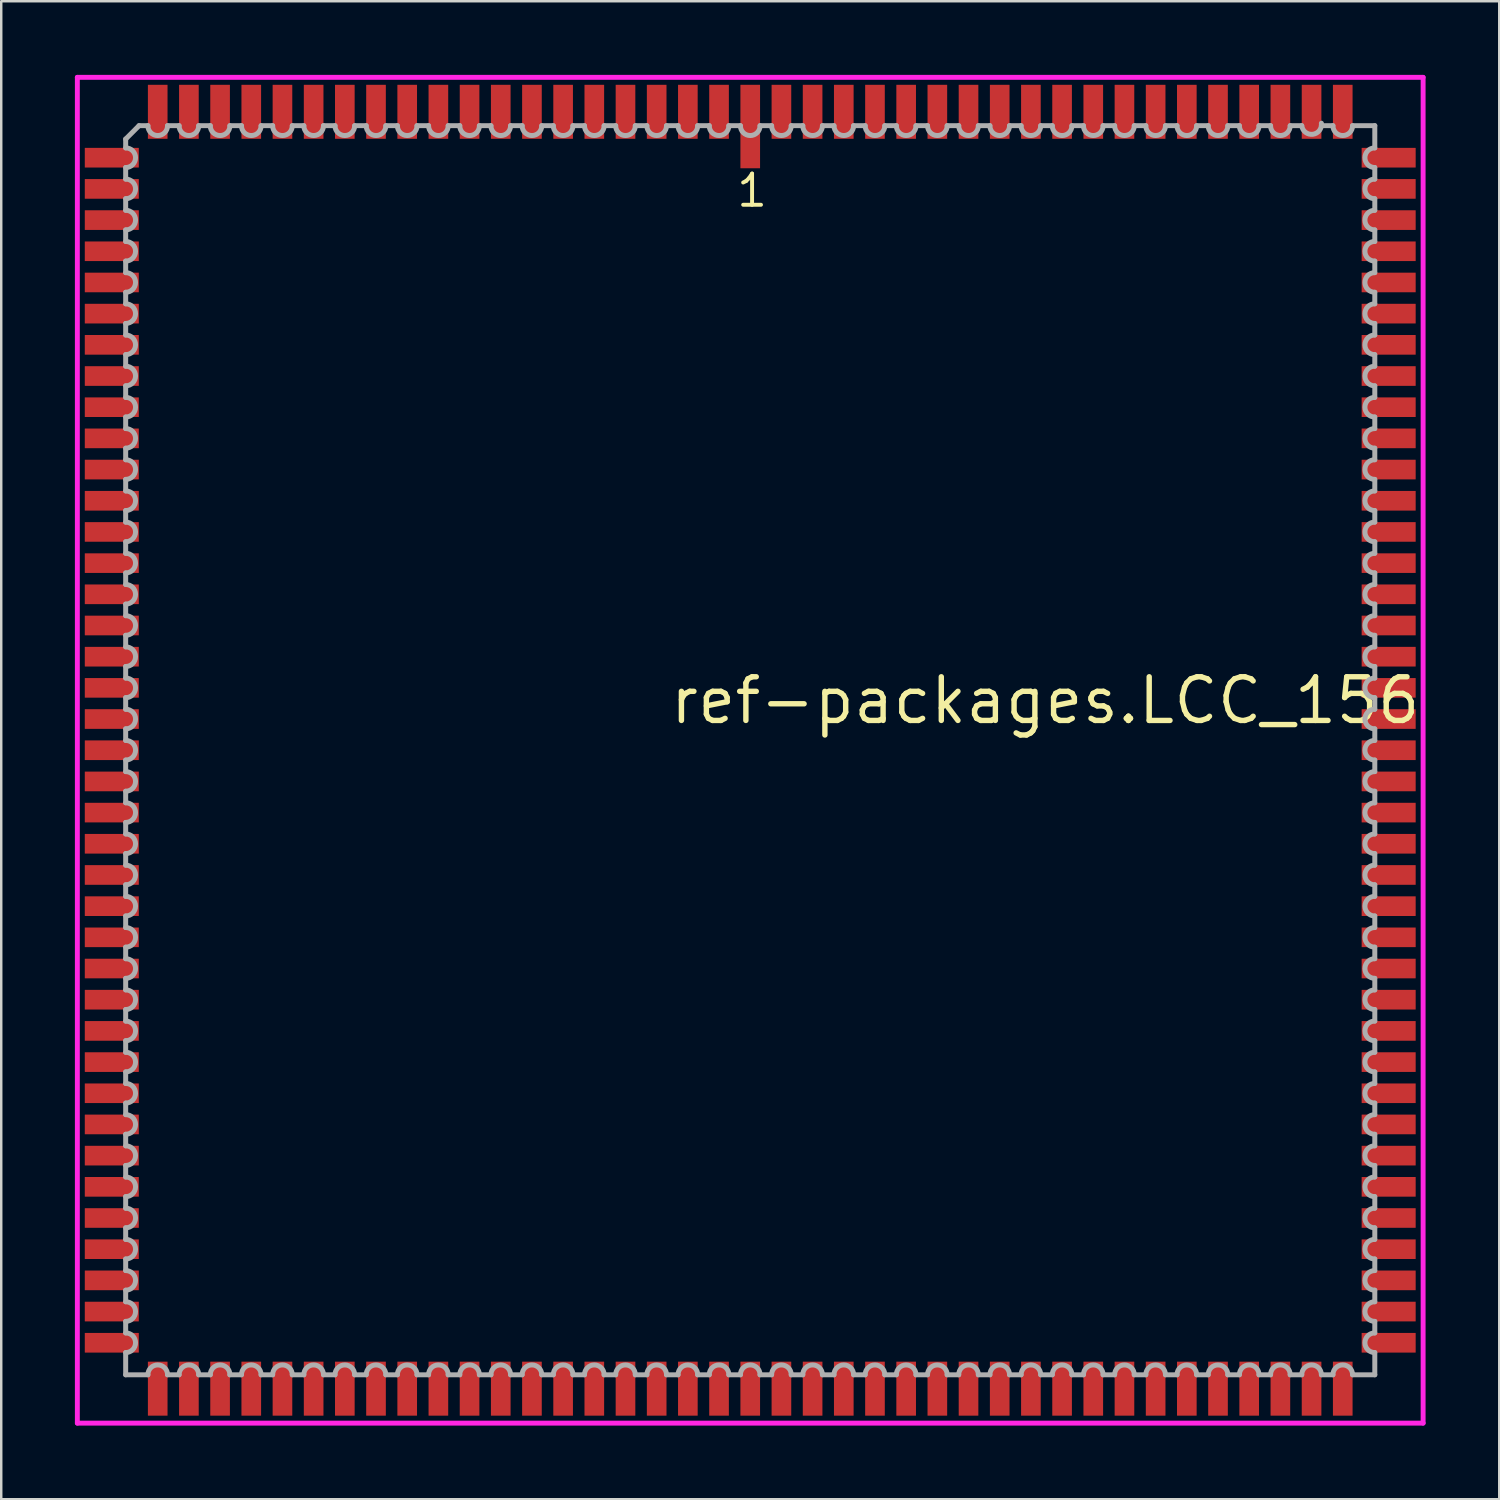
<source format=kicad_pcb>
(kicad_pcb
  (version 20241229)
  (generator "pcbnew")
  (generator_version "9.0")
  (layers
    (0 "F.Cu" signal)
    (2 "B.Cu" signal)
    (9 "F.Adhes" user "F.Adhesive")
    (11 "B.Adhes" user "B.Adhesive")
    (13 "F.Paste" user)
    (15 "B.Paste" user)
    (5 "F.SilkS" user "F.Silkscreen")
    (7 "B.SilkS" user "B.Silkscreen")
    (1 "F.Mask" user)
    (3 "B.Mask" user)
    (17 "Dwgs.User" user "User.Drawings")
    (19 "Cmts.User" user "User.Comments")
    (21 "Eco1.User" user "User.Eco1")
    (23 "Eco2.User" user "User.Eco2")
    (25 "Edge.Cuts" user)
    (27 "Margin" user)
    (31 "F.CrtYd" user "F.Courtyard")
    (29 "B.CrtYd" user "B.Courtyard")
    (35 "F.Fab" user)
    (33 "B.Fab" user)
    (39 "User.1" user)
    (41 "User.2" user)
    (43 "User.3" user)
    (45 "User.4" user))
  (footprint "ref-packages.LCC_156"
    (layer "F.Cu")
    (at 27.503 27.503)
    (property "Reference" "ref-packages.LCC_156" (at -3.37 -0.985 0) (layer "F.SilkS") (effects (font (size 1.778 1.778) (thickness 0.22)) (justify left bottom)))
    (attr smd)
    (fp_line (start -27.403 -27.403) (end 27.403 -27.403) (stroke (width 0.2) (type default)) (layer "F.CrtYd"))
    (fp_line (start -27.403 27.403) (end -27.403 -27.403) (stroke (width 0.2) (type default)) (layer "F.CrtYd"))
    (fp_line (start 27.403 -27.403) (end 27.403 27.403) (stroke (width 0.2) (type default)) (layer "F.CrtYd"))
    (fp_line (start 27.403 27.403) (end -27.403 27.403) (stroke (width 0.2) (type default)) (layer "F.CrtYd"))
    (fp_line (start -25.435 -24.89) (end -25.435 -24.53) (stroke (width 0.203) (type default)) (layer "F.Fab"))
    (fp_line (start -25.435 -23.73) (end -25.435 -23.26) (stroke (width 0.203) (type default)) (layer "F.Fab"))
    (fp_line (start -25.435 -22.46) (end -25.435 -21.99) (stroke (width 0.203) (type default)) (layer "F.Fab"))
    (fp_line (start -25.435 -21.19) (end -25.435 -20.72) (stroke (width 0.203) (type default)) (layer "F.Fab"))
    (fp_line (start -25.435 -19.92) (end -25.435 -19.45) (stroke (width 0.203) (type default)) (layer "F.Fab"))
    (fp_line (start -25.435 -18.65) (end -25.435 -18.18) (stroke (width 0.203) (type default)) (layer "F.Fab"))
    (fp_line (start -25.435 -17.38) (end -25.435 -16.91) (stroke (width 0.203) (type default)) (layer "F.Fab"))
    (fp_line (start -25.435 -16.11) (end -25.435 -15.64) (stroke (width 0.203) (type default)) (layer "F.Fab"))
    (fp_line (start -25.435 -14.84) (end -25.435 -14.37) (stroke (width 0.203) (type default)) (layer "F.Fab"))
    (fp_line (start -25.435 -13.57) (end -25.435 -13.1) (stroke (width 0.203) (type default)) (layer "F.Fab"))
    (fp_line (start -25.435 -12.3) (end -25.435 -11.83) (stroke (width 0.203) (type default)) (layer "F.Fab"))
    (fp_line (start -25.435 -11.03) (end -25.435 -10.56) (stroke (width 0.203) (type default)) (layer "F.Fab"))
    (fp_line (start -25.435 -9.76) (end -25.435 -9.29) (stroke (width 0.203) (type default)) (layer "F.Fab"))
    (fp_line (start -25.435 -8.49) (end -25.435 -8.02) (stroke (width 0.203) (type default)) (layer "F.Fab"))
    (fp_line (start -25.435 -7.22) (end -25.435 -6.75) (stroke (width 0.203) (type default)) (layer "F.Fab"))
    (fp_line (start -25.435 -5.95) (end -25.435 -5.48) (stroke (width 0.203) (type default)) (layer "F.Fab"))
    (fp_line (start -25.435 -4.68) (end -25.435 -4.21) (stroke (width 0.203) (type default)) (layer "F.Fab"))
    (fp_line (start -25.435 -3.41) (end -25.435 -2.94) (stroke (width 0.203) (type default)) (layer "F.Fab"))
    (fp_line (start -25.435 -2.14) (end -25.435 -1.67) (stroke (width 0.203) (type default)) (layer "F.Fab"))
    (fp_line (start -25.435 -0.87) (end -25.435 -0.4) (stroke (width 0.203) (type default)) (layer "F.Fab"))
    (fp_line (start -25.435 0.4) (end -25.435 0.87) (stroke (width 0.203) (type default)) (layer "F.Fab"))
    (fp_line (start -25.435 1.67) (end -25.435 2.14) (stroke (width 0.203) (type default)) (layer "F.Fab"))
    (fp_line (start -25.435 2.94) (end -25.435 3.41) (stroke (width 0.203) (type default)) (layer "F.Fab"))
    (fp_line (start -25.435 4.21) (end -25.435 4.68) (stroke (width 0.203) (type default)) (layer "F.Fab"))
    (fp_line (start -25.435 5.48) (end -25.435 5.95) (stroke (width 0.203) (type default)) (layer "F.Fab"))
    (fp_line (start -25.435 6.75) (end -25.435 7.22) (stroke (width 0.203) (type default)) (layer "F.Fab"))
    (fp_line (start -25.435 8.02) (end -25.435 8.49) (stroke (width 0.203) (type default)) (layer "F.Fab"))
    (fp_line (start -25.435 9.29) (end -25.435 9.76) (stroke (width 0.203) (type default)) (layer "F.Fab"))
    (fp_line (start -25.435 10.56) (end -25.435 11.03) (stroke (width 0.203) (type default)) (layer "F.Fab"))
    (fp_line (start -25.435 11.83) (end -25.435 12.3) (stroke (width 0.203) (type default)) (layer "F.Fab"))
    (fp_line (start -25.435 13.1) (end -25.435 13.57) (stroke (width 0.203) (type default)) (layer "F.Fab"))
    (fp_line (start -25.435 14.37) (end -25.435 14.84) (stroke (width 0.203) (type default)) (layer "F.Fab"))
    (fp_line (start -25.435 15.64) (end -25.435 16.11) (stroke (width 0.203) (type default)) (layer "F.Fab"))
    (fp_line (start -25.435 16.91) (end -25.435 17.38) (stroke (width 0.203) (type default)) (layer "F.Fab"))
    (fp_line (start -25.435 18.18) (end -25.435 18.65) (stroke (width 0.203) (type default)) (layer "F.Fab"))
    (fp_line (start -25.435 19.45) (end -25.435 19.92) (stroke (width 0.203) (type default)) (layer "F.Fab"))
    (fp_line (start -25.435 20.72) (end -25.435 21.19) (stroke (width 0.203) (type default)) (layer "F.Fab"))
    (fp_line (start -25.435 21.99) (end -25.435 22.46) (stroke (width 0.203) (type default)) (layer "F.Fab"))
    (fp_line (start -25.435 23.26) (end -25.435 23.73) (stroke (width 0.203) (type default)) (layer "F.Fab"))
    (fp_line (start -25.435 24.53) (end -25.435 25.435) (stroke (width 0.203) (type default)) (layer "F.Fab"))
    (fp_line (start -25.435 25.435) (end -24.53 25.435) (stroke (width 0.203) (type default)) (layer "F.Fab"))
    (fp_line (start -24.89 -25.435) (end -25.435 -24.89) (stroke (width 0.203) (type default)) (layer "F.Fab"))
    (fp_line (start -24.53 -25.435) (end -24.89 -25.435) (stroke (width 0.203) (type default)) (layer "F.Fab"))
    (fp_line (start -23.73 25.435) (end -23.26 25.435) (stroke (width 0.203) (type default)) (layer "F.Fab"))
    (fp_line (start -23.26 -25.435) (end -23.73 -25.435) (stroke (width 0.203) (type default)) (layer "F.Fab"))
    (fp_line (start -22.46 25.435) (end -21.99 25.435) (stroke (width 0.203) (type default)) (layer "F.Fab"))
    (fp_line (start -21.99 -25.435) (end -22.46 -25.435) (stroke (width 0.203) (type default)) (layer "F.Fab"))
    (fp_line (start -21.19 25.435) (end -20.72 25.435) (stroke (width 0.203) (type default)) (layer "F.Fab"))
    (fp_line (start -20.72 -25.435) (end -21.19 -25.435) (stroke (width 0.203) (type default)) (layer "F.Fab"))
    (fp_line (start -19.92 25.435) (end -19.45 25.435) (stroke (width 0.203) (type default)) (layer "F.Fab"))
    (fp_line (start -19.45 -25.435) (end -19.92 -25.435) (stroke (width 0.203) (type default)) (layer "F.Fab"))
    (fp_line (start -18.65 25.435) (end -18.18 25.435) (stroke (width 0.203) (type default)) (layer "F.Fab"))
    (fp_line (start -18.18 -25.435) (end -18.65 -25.435) (stroke (width 0.203) (type default)) (layer "F.Fab"))
    (fp_line (start -17.38 25.435) (end -16.91 25.435) (stroke (width 0.203) (type default)) (layer "F.Fab"))
    (fp_line (start -16.91 -25.435) (end -17.38 -25.435) (stroke (width 0.203) (type default)) (layer "F.Fab"))
    (fp_line (start -16.11 25.435) (end -15.64 25.435) (stroke (width 0.203) (type default)) (layer "F.Fab"))
    (fp_line (start -15.64 -25.435) (end -16.11 -25.435) (stroke (width 0.203) (type default)) (layer "F.Fab"))
    (fp_line (start -14.84 25.435) (end -14.37 25.435) (stroke (width 0.203) (type default)) (layer "F.Fab"))
    (fp_line (start -14.37 -25.435) (end -14.84 -25.435) (stroke (width 0.203) (type default)) (layer "F.Fab"))
    (fp_line (start -13.57 25.435) (end -13.1 25.435) (stroke (width 0.203) (type default)) (layer "F.Fab"))
    (fp_line (start -13.1 -25.435) (end -13.57 -25.435) (stroke (width 0.203) (type default)) (layer "F.Fab"))
    (fp_line (start -12.3 25.435) (end -11.83 25.435) (stroke (width 0.203) (type default)) (layer "F.Fab"))
    (fp_line (start -11.83 -25.435) (end -12.3 -25.435) (stroke (width 0.203) (type default)) (layer "F.Fab"))
    (fp_line (start -11.03 25.435) (end -10.56 25.435) (stroke (width 0.203) (type default)) (layer "F.Fab"))
    (fp_line (start -10.56 -25.435) (end -11.03 -25.435) (stroke (width 0.203) (type default)) (layer "F.Fab"))
    (fp_line (start -9.76 25.435) (end -9.29 25.435) (stroke (width 0.203) (type default)) (layer "F.Fab"))
    (fp_line (start -9.29 -25.435) (end -9.76 -25.435) (stroke (width 0.203) (type default)) (layer "F.Fab"))
    (fp_line (start -8.49 25.435) (end -8.02 25.435) (stroke (width 0.203) (type default)) (layer "F.Fab"))
    (fp_line (start -8.02 -25.435) (end -8.49 -25.435) (stroke (width 0.203) (type default)) (layer "F.Fab"))
    (fp_line (start -7.22 25.435) (end -6.75 25.435) (stroke (width 0.203) (type default)) (layer "F.Fab"))
    (fp_line (start -6.75 -25.435) (end -7.22 -25.435) (stroke (width 0.203) (type default)) (layer "F.Fab"))
    (fp_line (start -5.95 25.435) (end -5.48 25.435) (stroke (width 0.203) (type default)) (layer "F.Fab"))
    (fp_line (start -5.48 -25.435) (end -5.95 -25.435) (stroke (width 0.203) (type default)) (layer "F.Fab"))
    (fp_line (start -4.68 25.435) (end -4.21 25.435) (stroke (width 0.203) (type default)) (layer "F.Fab"))
    (fp_line (start -4.21 -25.435) (end -4.68 -25.435) (stroke (width 0.203) (type default)) (layer "F.Fab"))
    (fp_line (start -3.41 25.435) (end -2.94 25.435) (stroke (width 0.203) (type default)) (layer "F.Fab"))
    (fp_line (start -2.94 -25.435) (end -3.41 -25.435) (stroke (width 0.203) (type default)) (layer "F.Fab"))
    (fp_line (start -2.14 25.435) (end -1.67 25.435) (stroke (width 0.203) (type default)) (layer "F.Fab"))
    (fp_line (start -1.67 -25.435) (end -2.14 -25.435) (stroke (width 0.203) (type default)) (layer "F.Fab"))
    (fp_line (start -0.87 25.435) (end -0.4 25.435) (stroke (width 0.203) (type default)) (layer "F.Fab"))
    (fp_line (start -0.4 -25.435) (end -0.87 -25.435) (stroke (width 0.203) (type default)) (layer "F.Fab"))
    (fp_line (start 0.4 25.435) (end 0.87 25.435) (stroke (width 0.203) (type default)) (layer "F.Fab"))
    (fp_line (start 0.87 -25.435) (end 0.4 -25.435) (stroke (width 0.203) (type default)) (layer "F.Fab"))
    (fp_line (start 1.67 25.435) (end 2.14 25.435) (stroke (width 0.203) (type default)) (layer "F.Fab"))
    (fp_line (start 2.14 -25.435) (end 1.67 -25.435) (stroke (width 0.203) (type default)) (layer "F.Fab"))
    (fp_line (start 2.94 25.435) (end 3.41 25.435) (stroke (width 0.203) (type default)) (layer "F.Fab"))
    (fp_line (start 3.41 -25.435) (end 2.94 -25.435) (stroke (width 0.203) (type default)) (layer "F.Fab"))
    (fp_line (start 4.21 25.435) (end 4.68 25.435) (stroke (width 0.203) (type default)) (layer "F.Fab"))
    (fp_line (start 4.68 -25.435) (end 4.21 -25.435) (stroke (width 0.203) (type default)) (layer "F.Fab"))
    (fp_line (start 5.48 25.435) (end 5.95 25.435) (stroke (width 0.203) (type default)) (layer "F.Fab"))
    (fp_line (start 5.95 -25.435) (end 5.48 -25.435) (stroke (width 0.203) (type default)) (layer "F.Fab"))
    (fp_line (start 6.75 25.435) (end 7.22 25.435) (stroke (width 0.203) (type default)) (layer "F.Fab"))
    (fp_line (start 7.22 -25.435) (end 6.75 -25.435) (stroke (width 0.203) (type default)) (layer "F.Fab"))
    (fp_line (start 8.02 25.435) (end 8.49 25.435) (stroke (width 0.203) (type default)) (layer "F.Fab"))
    (fp_line (start 8.49 -25.435) (end 8.02 -25.435) (stroke (width 0.203) (type default)) (layer "F.Fab"))
    (fp_line (start 9.29 25.435) (end 9.76 25.435) (stroke (width 0.203) (type default)) (layer "F.Fab"))
    (fp_line (start 9.76 -25.435) (end 9.29 -25.435) (stroke (width 0.203) (type default)) (layer "F.Fab"))
    (fp_line (start 10.56 25.435) (end 11.03 25.435) (stroke (width 0.203) (type default)) (layer "F.Fab"))
    (fp_line (start 11.03 -25.435) (end 10.56 -25.435) (stroke (width 0.203) (type default)) (layer "F.Fab"))
    (fp_line (start 11.83 25.435) (end 12.3 25.435) (stroke (width 0.203) (type default)) (layer "F.Fab"))
    (fp_line (start 12.3 -25.435) (end 11.83 -25.435) (stroke (width 0.203) (type default)) (layer "F.Fab"))
    (fp_line (start 13.1 25.435) (end 13.57 25.435) (stroke (width 0.203) (type default)) (layer "F.Fab"))
    (fp_line (start 13.57 -25.435) (end 13.1 -25.435) (stroke (width 0.203) (type default)) (layer "F.Fab"))
    (fp_line (start 14.37 25.435) (end 14.84 25.435) (stroke (width 0.203) (type default)) (layer "F.Fab"))
    (fp_line (start 14.84 -25.435) (end 14.37 -25.435) (stroke (width 0.203) (type default)) (layer "F.Fab"))
    (fp_line (start 15.64 25.435) (end 16.11 25.435) (stroke (width 0.203) (type default)) (layer "F.Fab"))
    (fp_line (start 16.11 -25.435) (end 15.64 -25.435) (stroke (width 0.203) (type default)) (layer "F.Fab"))
    (fp_line (start 16.91 25.435) (end 17.38 25.435) (stroke (width 0.203) (type default)) (layer "F.Fab"))
    (fp_line (start 17.38 -25.435) (end 16.91 -25.435) (stroke (width 0.203) (type default)) (layer "F.Fab"))
    (fp_line (start 18.18 25.435) (end 18.65 25.435) (stroke (width 0.203) (type default)) (layer "F.Fab"))
    (fp_line (start 18.65 -25.435) (end 18.18 -25.435) (stroke (width 0.203) (type default)) (layer "F.Fab"))
    (fp_line (start 19.45 25.435) (end 19.92 25.435) (stroke (width 0.203) (type default)) (layer "F.Fab"))
    (fp_line (start 19.92 -25.435) (end 19.45 -25.435) (stroke (width 0.203) (type default)) (layer "F.Fab"))
    (fp_line (start 20.72 25.435) (end 21.19 25.435) (stroke (width 0.203) (type default)) (layer "F.Fab"))
    (fp_line (start 21.19 -25.435) (end 20.72 -25.435) (stroke (width 0.203) (type default)) (layer "F.Fab"))
    (fp_line (start 21.99 25.435) (end 22.46 25.435) (stroke (width 0.203) (type default)) (layer "F.Fab"))
    (fp_line (start 22.46 -25.435) (end 21.99 -25.435) (stroke (width 0.203) (type default)) (layer "F.Fab"))
    (fp_line (start 23.26 25.435) (end 23.73 25.435) (stroke (width 0.203) (type default)) (layer "F.Fab"))
    (fp_line (start 23.73 -25.435) (end 23.26 -25.435) (stroke (width 0.203) (type default)) (layer "F.Fab"))
    (fp_line (start 24.53 25.435) (end 25.435 25.435) (stroke (width 0.203) (type default)) (layer "F.Fab"))
    (fp_line (start 25.435 -25.435) (end 24.53 -25.435) (stroke (width 0.203) (type default)) (layer "F.Fab"))
    (fp_line (start 25.435 -24.53) (end 25.435 -25.435) (stroke (width 0.203) (type default)) (layer "F.Fab"))
    (fp_line (start 25.435 -23.26) (end 25.435 -23.73) (stroke (width 0.203) (type default)) (layer "F.Fab"))
    (fp_line (start 25.435 -21.99) (end 25.435 -22.46) (stroke (width 0.203) (type default)) (layer "F.Fab"))
    (fp_line (start 25.435 -20.72) (end 25.435 -21.19) (stroke (width 0.203) (type default)) (layer "F.Fab"))
    (fp_line (start 25.435 -19.45) (end 25.435 -19.92) (stroke (width 0.203) (type default)) (layer "F.Fab"))
    (fp_line (start 25.435 -18.18) (end 25.435 -18.65) (stroke (width 0.203) (type default)) (layer "F.Fab"))
    (fp_line (start 25.435 -16.91) (end 25.435 -17.38) (stroke (width 0.203) (type default)) (layer "F.Fab"))
    (fp_line (start 25.435 -15.64) (end 25.435 -16.11) (stroke (width 0.203) (type default)) (layer "F.Fab"))
    (fp_line (start 25.435 -14.37) (end 25.435 -14.84) (stroke (width 0.203) (type default)) (layer "F.Fab"))
    (fp_line (start 25.435 -13.1) (end 25.435 -13.57) (stroke (width 0.203) (type default)) (layer "F.Fab"))
    (fp_line (start 25.435 -11.83) (end 25.435 -12.3) (stroke (width 0.203) (type default)) (layer "F.Fab"))
    (fp_line (start 25.435 -10.56) (end 25.435 -11.03) (stroke (width 0.203) (type default)) (layer "F.Fab"))
    (fp_line (start 25.435 -9.29) (end 25.435 -9.76) (stroke (width 0.203) (type default)) (layer "F.Fab"))
    (fp_line (start 25.435 -8.02) (end 25.435 -8.49) (stroke (width 0.203) (type default)) (layer "F.Fab"))
    (fp_line (start 25.435 -6.75) (end 25.435 -7.22) (stroke (width 0.203) (type default)) (layer "F.Fab"))
    (fp_line (start 25.435 -5.48) (end 25.435 -5.95) (stroke (width 0.203) (type default)) (layer "F.Fab"))
    (fp_line (start 25.435 -4.21) (end 25.435 -4.68) (stroke (width 0.203) (type default)) (layer "F.Fab"))
    (fp_line (start 25.435 -2.94) (end 25.435 -3.41) (stroke (width 0.203) (type default)) (layer "F.Fab"))
    (fp_line (start 25.435 -1.67) (end 25.435 -2.14) (stroke (width 0.203) (type default)) (layer "F.Fab"))
    (fp_line (start 25.435 -0.4) (end 25.435 -0.87) (stroke (width 0.203) (type default)) (layer "F.Fab"))
    (fp_line (start 25.435 0.87) (end 25.435 0.4) (stroke (width 0.203) (type default)) (layer "F.Fab"))
    (fp_line (start 25.435 2.14) (end 25.435 1.67) (stroke (width 0.203) (type default)) (layer "F.Fab"))
    (fp_line (start 25.435 3.41) (end 25.435 2.94) (stroke (width 0.203) (type default)) (layer "F.Fab"))
    (fp_line (start 25.435 4.68) (end 25.435 4.21) (stroke (width 0.203) (type default)) (layer "F.Fab"))
    (fp_line (start 25.435 5.95) (end 25.435 5.48) (stroke (width 0.203) (type default)) (layer "F.Fab"))
    (fp_line (start 25.435 7.22) (end 25.435 6.75) (stroke (width 0.203) (type default)) (layer "F.Fab"))
    (fp_line (start 25.435 8.49) (end 25.435 8.02) (stroke (width 0.203) (type default)) (layer "F.Fab"))
    (fp_line (start 25.435 9.76) (end 25.435 9.29) (stroke (width 0.203) (type default)) (layer "F.Fab"))
    (fp_line (start 25.435 11.03) (end 25.435 10.56) (stroke (width 0.203) (type default)) (layer "F.Fab"))
    (fp_line (start 25.435 12.3) (end 25.435 11.83) (stroke (width 0.203) (type default)) (layer "F.Fab"))
    (fp_line (start 25.435 13.57) (end 25.435 13.1) (stroke (width 0.203) (type default)) (layer "F.Fab"))
    (fp_line (start 25.435 14.84) (end 25.435 14.37) (stroke (width 0.203) (type default)) (layer "F.Fab"))
    (fp_line (start 25.435 16.11) (end 25.435 15.64) (stroke (width 0.203) (type default)) (layer "F.Fab"))
    (fp_line (start 25.435 17.38) (end 25.435 16.91) (stroke (width 0.203) (type default)) (layer "F.Fab"))
    (fp_line (start 25.435 18.65) (end 25.435 18.18) (stroke (width 0.203) (type default)) (layer "F.Fab"))
    (fp_line (start 25.435 19.92) (end 25.435 19.45) (stroke (width 0.203) (type default)) (layer "F.Fab"))
    (fp_line (start 25.435 21.19) (end 25.435 20.72) (stroke (width 0.203) (type default)) (layer "F.Fab"))
    (fp_line (start 25.435 22.46) (end 25.435 21.99) (stroke (width 0.203) (type default)) (layer "F.Fab"))
    (fp_line (start 25.435 23.73) (end 25.435 23.26) (stroke (width 0.203) (type default)) (layer "F.Fab"))
    (fp_line (start 25.435 25.435) (end 25.435 24.53) (stroke (width 0.203) (type default)) (layer "F.Fab"))
    (fp_arc (start -25.4333 -24.53) (mid -25.0333 -24.13) (end -25.4333 -23.73) (stroke (width 0.2032) (type default)) (layer "F.Fab"))
    (fp_arc (start -25.4333 -23.26) (mid -25.0333 -22.86) (end -25.4333 -22.46) (stroke (width 0.2032) (type default)) (layer "F.Fab"))
    (fp_arc (start -25.4333 -21.99) (mid -25.0333 -21.59) (end -25.4333 -21.19) (stroke (width 0.2032) (type default)) (layer "F.Fab"))
    (fp_arc (start -25.4333 -20.72) (mid -25.0333 -20.32) (end -25.4333 -19.92) (stroke (width 0.2032) (type default)) (layer "F.Fab"))
    (fp_arc (start -25.4333 -19.45) (mid -25.0333 -19.05) (end -25.4333 -18.65) (stroke (width 0.2032) (type default)) (layer "F.Fab"))
    (fp_arc (start -25.4333 -18.18) (mid -25.0333 -17.78) (end -25.4333 -17.38) (stroke (width 0.2032) (type default)) (layer "F.Fab"))
    (fp_arc (start -25.4333 -16.91) (mid -25.0333 -16.51) (end -25.4333 -16.11) (stroke (width 0.2032) (type default)) (layer "F.Fab"))
    (fp_arc (start -25.4333 -15.64) (mid -25.0333 -15.24) (end -25.4333 -14.84) (stroke (width 0.2032) (type default)) (layer "F.Fab"))
    (fp_arc (start -25.4333 -14.37) (mid -25.0333 -13.97) (end -25.4333 -13.57) (stroke (width 0.2032) (type default)) (layer "F.Fab"))
    (fp_arc (start -25.4333 -13.1) (mid -25.0333 -12.7) (end -25.4333 -12.3) (stroke (width 0.2032) (type default)) (layer "F.Fab"))
    (fp_arc (start -25.4333 -11.83) (mid -25.0333 -11.43) (end -25.4333 -11.03) (stroke (width 0.2032) (type default)) (layer "F.Fab"))
    (fp_arc (start -25.4333 -10.56) (mid -25.0333 -10.16) (end -25.4333 -9.76) (stroke (width 0.2032) (type default)) (layer "F.Fab"))
    (fp_arc (start -25.4333 -9.29) (mid -25.0333 -8.89) (end -25.4333 -8.49) (stroke (width 0.2032) (type default)) (layer "F.Fab"))
    (fp_arc (start -25.4333 -8.02) (mid -25.0333 -7.62) (end -25.4333 -7.22) (stroke (width 0.2032) (type default)) (layer "F.Fab"))
    (fp_arc (start -25.4333 -6.75) (mid -25.0333 -6.35) (end -25.4333 -5.95) (stroke (width 0.2032) (type default)) (layer "F.Fab"))
    (fp_arc (start -25.4333 -5.48) (mid -25.0333 -5.08) (end -25.4333 -4.68) (stroke (width 0.2032) (type default)) (layer "F.Fab"))
    (fp_arc (start -25.4333 -4.21) (mid -25.0333 -3.81) (end -25.4333 -3.41) (stroke (width 0.2032) (type default)) (layer "F.Fab"))
    (fp_arc (start -25.4333 -2.94) (mid -25.0333 -2.54) (end -25.4333 -2.14) (stroke (width 0.2032) (type default)) (layer "F.Fab"))
    (fp_arc (start -25.4333 -1.67) (mid -25.0333 -1.27) (end -25.4333 -0.87) (stroke (width 0.2032) (type default)) (layer "F.Fab"))
    (fp_arc (start -25.4333 -0.4001) (mid -25.0332 0) (end -25.4333 0.4001) (stroke (width 0.2032) (type default)) (layer "F.Fab"))
    (fp_arc (start -25.4333 0.8699) (mid -25.0332 1.27) (end -25.4333 1.6701) (stroke (width 0.2032) (type default)) (layer "F.Fab"))
    (fp_arc (start -25.4333 2.1399) (mid -25.0332 2.54) (end -25.4333 2.9401) (stroke (width 0.2032) (type default)) (layer "F.Fab"))
    (fp_arc (start -25.4333 3.4099) (mid -25.0332 3.81) (end -25.4333 4.2101) (stroke (width 0.2032) (type default)) (layer "F.Fab"))
    (fp_arc (start -25.4333 4.6799) (mid -25.0332 5.08) (end -25.4333 5.4801) (stroke (width 0.2032) (type default)) (layer "F.Fab"))
    (fp_arc (start -25.4333 5.9499) (mid -25.0332 6.35) (end -25.4333 6.7501) (stroke (width 0.2032) (type default)) (layer "F.Fab"))
    (fp_arc (start -25.4333 7.2199) (mid -25.0332 7.62) (end -25.4333 8.0201) (stroke (width 0.2032) (type default)) (layer "F.Fab"))
    (fp_arc (start -25.4333 8.4899) (mid -25.0332 8.89) (end -25.4333 9.2901) (stroke (width 0.2032) (type default)) (layer "F.Fab"))
    (fp_arc (start -25.4333 9.7599) (mid -25.0332 10.16) (end -25.4333 10.5601) (stroke (width 0.2032) (type default)) (layer "F.Fab"))
    (fp_arc (start -25.4333 11.0299) (mid -25.0332 11.43) (end -25.4333 11.8301) (stroke (width 0.2032) (type default)) (layer "F.Fab"))
    (fp_arc (start -25.4333 12.2999) (mid -25.0332 12.7) (end -25.4333 13.1001) (stroke (width 0.2032) (type default)) (layer "F.Fab"))
    (fp_arc (start -25.4333 13.5699) (mid -25.0332 13.97) (end -25.4333 14.3701) (stroke (width 0.2032) (type default)) (layer "F.Fab"))
    (fp_arc (start -25.4333 14.8399) (mid -25.0332 15.24) (end -25.4333 15.6401) (stroke (width 0.2032) (type default)) (layer "F.Fab"))
    (fp_arc (start -25.4333 16.1099) (mid -25.0332 16.51) (end -25.4333 16.9101) (stroke (width 0.2032) (type default)) (layer "F.Fab"))
    (fp_arc (start -25.4333 17.3799) (mid -25.0332 17.78) (end -25.4333 18.1801) (stroke (width 0.2032) (type default)) (layer "F.Fab"))
    (fp_arc (start -25.4333 18.6499) (mid -25.0332 19.05) (end -25.4333 19.4501) (stroke (width 0.2032) (type default)) (layer "F.Fab"))
    (fp_arc (start -25.4333 19.9199) (mid -25.0332 20.32) (end -25.4333 20.7201) (stroke (width 0.2032) (type default)) (layer "F.Fab"))
    (fp_arc (start -25.4333 21.1899) (mid -25.0332 21.59) (end -25.4333 21.9901) (stroke (width 0.2032) (type default)) (layer "F.Fab"))
    (fp_arc (start -25.4333 22.4599) (mid -25.0332 22.86) (end -25.4333 23.2601) (stroke (width 0.2032) (type default)) (layer "F.Fab"))
    (fp_arc (start -25.4333 23.7299) (mid -25.0332 24.13) (end -25.4333 24.5301) (stroke (width 0.2032) (type default)) (layer "F.Fab"))
    (fp_arc (start -24.5301 25.4333) (mid -24.13 25.0332) (end -23.7299 25.4333) (stroke (width 0.2032) (type default)) (layer "F.Fab"))
    (fp_arc (start -23.7299 -25.4333) (mid -24.13 -25.0332) (end -24.5301 -25.4333) (stroke (width 0.2032) (type default)) (layer "F.Fab"))
    (fp_arc (start -23.2601 25.4333) (mid -22.86 25.0332) (end -22.4599 25.4333) (stroke (width 0.2032) (type default)) (layer "F.Fab"))
    (fp_arc (start -22.4599 -25.4333) (mid -22.86 -25.0332) (end -23.2601 -25.4333) (stroke (width 0.2032) (type default)) (layer "F.Fab"))
    (fp_arc (start -21.9901 25.4333) (mid -21.59 25.0332) (end -21.1899 25.4333) (stroke (width 0.2032) (type default)) (layer "F.Fab"))
    (fp_arc (start -21.1899 -25.4333) (mid -21.59 -25.0332) (end -21.9901 -25.4333) (stroke (width 0.2032) (type default)) (layer "F.Fab"))
    (fp_arc (start -20.7201 25.4333) (mid -20.32 25.0332) (end -19.9199 25.4333) (stroke (width 0.2032) (type default)) (layer "F.Fab"))
    (fp_arc (start -19.9199 -25.4333) (mid -20.32 -25.0332) (end -20.7201 -25.4333) (stroke (width 0.2032) (type default)) (layer "F.Fab"))
    (fp_arc (start -19.4501 25.4333) (mid -19.05 25.0332) (end -18.6499 25.4333) (stroke (width 0.2032) (type default)) (layer "F.Fab"))
    (fp_arc (start -18.6499 -25.4333) (mid -19.05 -25.0332) (end -19.4501 -25.4333) (stroke (width 0.2032) (type default)) (layer "F.Fab"))
    (fp_arc (start -18.1801 25.4333) (mid -17.78 25.0332) (end -17.3799 25.4333) (stroke (width 0.2032) (type default)) (layer "F.Fab"))
    (fp_arc (start -17.3799 -25.4333) (mid -17.78 -25.0332) (end -18.1801 -25.4333) (stroke (width 0.2032) (type default)) (layer "F.Fab"))
    (fp_arc (start -16.9101 25.4333) (mid -16.51 25.0332) (end -16.1099 25.4333) (stroke (width 0.2032) (type default)) (layer "F.Fab"))
    (fp_arc (start -16.1099 -25.4333) (mid -16.51 -25.0332) (end -16.9101 -25.4333) (stroke (width 0.2032) (type default)) (layer "F.Fab"))
    (fp_arc (start -15.6401 25.4333) (mid -15.24 25.0332) (end -14.8399 25.4333) (stroke (width 0.2032) (type default)) (layer "F.Fab"))
    (fp_arc (start -14.8399 -25.4333) (mid -15.24 -25.0332) (end -15.6401 -25.4333) (stroke (width 0.2032) (type default)) (layer "F.Fab"))
    (fp_arc (start -14.3701 25.4333) (mid -13.97 25.0332) (end -13.5699 25.4333) (stroke (width 0.2032) (type default)) (layer "F.Fab"))
    (fp_arc (start -13.5699 -25.4333) (mid -13.97 -25.0332) (end -14.3701 -25.4333) (stroke (width 0.2032) (type default)) (layer "F.Fab"))
    (fp_arc (start -13.1001 25.4333) (mid -12.7 25.0332) (end -12.2999 25.4333) (stroke (width 0.2032) (type default)) (layer "F.Fab"))
    (fp_arc (start -12.2999 -25.4333) (mid -12.7 -25.0332) (end -13.1001 -25.4333) (stroke (width 0.2032) (type default)) (layer "F.Fab"))
    (fp_arc (start -11.8301 25.4333) (mid -11.43 25.0332) (end -11.0299 25.4333) (stroke (width 0.2032) (type default)) (layer "F.Fab"))
    (fp_arc (start -11.0299 -25.4333) (mid -11.43 -25.0332) (end -11.8301 -25.4333) (stroke (width 0.2032) (type default)) (layer "F.Fab"))
    (fp_arc (start -10.5601 25.4333) (mid -10.16 25.0332) (end -9.7599 25.4333) (stroke (width 0.2032) (type default)) (layer "F.Fab"))
    (fp_arc (start -9.7599 -25.4333) (mid -10.16 -25.0332) (end -10.5601 -25.4333) (stroke (width 0.2032) (type default)) (layer "F.Fab"))
    (fp_arc (start -9.2901 25.4333) (mid -8.89 25.0332) (end -8.4899 25.4333) (stroke (width 0.2032) (type default)) (layer "F.Fab"))
    (fp_arc (start -8.4899 -25.4333) (mid -8.89 -25.0332) (end -9.2901 -25.4333) (stroke (width 0.2032) (type default)) (layer "F.Fab"))
    (fp_arc (start -8.0201 25.4333) (mid -7.62 25.0332) (end -7.2199 25.4333) (stroke (width 0.2032) (type default)) (layer "F.Fab"))
    (fp_arc (start -7.2199 -25.4333) (mid -7.62 -25.0332) (end -8.0201 -25.4333) (stroke (width 0.2032) (type default)) (layer "F.Fab"))
    (fp_arc (start -6.7501 25.4333) (mid -6.35 25.0332) (end -5.9499 25.4333) (stroke (width 0.2032) (type default)) (layer "F.Fab"))
    (fp_arc (start -5.9499 -25.4333) (mid -6.35 -25.0332) (end -6.7501 -25.4333) (stroke (width 0.2032) (type default)) (layer "F.Fab"))
    (fp_arc (start -5.4801 25.4333) (mid -5.08 25.0332) (end -4.6799 25.4333) (stroke (width 0.2032) (type default)) (layer "F.Fab"))
    (fp_arc (start -4.6799 -25.4333) (mid -5.08 -25.0332) (end -5.4801 -25.4333) (stroke (width 0.2032) (type default)) (layer "F.Fab"))
    (fp_arc (start -4.2101 25.4333) (mid -3.81 25.0332) (end -3.4099 25.4333) (stroke (width 0.2032) (type default)) (layer "F.Fab"))
    (fp_arc (start -3.4099 -25.4333) (mid -3.81 -25.0332) (end -4.2101 -25.4333) (stroke (width 0.2032) (type default)) (layer "F.Fab"))
    (fp_arc (start -2.9401 25.4333) (mid -2.54 25.0332) (end -2.1399 25.4333) (stroke (width 0.2032) (type default)) (layer "F.Fab"))
    (fp_arc (start -2.1399 -25.4333) (mid -2.54 -25.0332) (end -2.9401 -25.4333) (stroke (width 0.2032) (type default)) (layer "F.Fab"))
    (fp_arc (start -1.6701 25.4333) (mid -1.27 25.0332) (end -0.8699 25.4333) (stroke (width 0.2032) (type default)) (layer "F.Fab"))
    (fp_arc (start -0.8699 -25.4333) (mid -1.27 -25.0332) (end -1.6701 -25.4333) (stroke (width 0.2032) (type default)) (layer "F.Fab"))
    (fp_arc (start -0.4001 25.4333) (mid 0 25.0332) (end 0.4001 25.4333) (stroke (width 0.2032) (type default)) (layer "F.Fab"))
    (fp_arc (start 0.4001 -25.4333) (mid 0 -25.0332) (end -0.4001 -25.4333) (stroke (width 0.2032) (type default)) (layer "F.Fab"))
    (fp_arc (start 0.87 25.4333) (mid 1.27 25.0333) (end 1.67 25.4333) (stroke (width 0.2032) (type default)) (layer "F.Fab"))
    (fp_arc (start 1.67 -25.4333) (mid 1.27 -25.0333) (end 0.87 -25.4333) (stroke (width 0.2032) (type default)) (layer "F.Fab"))
    (fp_arc (start 2.14 25.4333) (mid 2.54 25.0333) (end 2.94 25.4333) (stroke (width 0.2032) (type default)) (layer "F.Fab"))
    (fp_arc (start 2.94 -25.4333) (mid 2.54 -25.0333) (end 2.14 -25.4333) (stroke (width 0.2032) (type default)) (layer "F.Fab"))
    (fp_arc (start 3.41 25.4333) (mid 3.81 25.0333) (end 4.21 25.4333) (stroke (width 0.2032) (type default)) (layer "F.Fab"))
    (fp_arc (start 4.21 -25.4333) (mid 3.81 -25.0333) (end 3.41 -25.4333) (stroke (width 0.2032) (type default)) (layer "F.Fab"))
    (fp_arc (start 4.68 25.4333) (mid 5.08 25.0333) (end 5.48 25.4333) (stroke (width 0.2032) (type default)) (layer "F.Fab"))
    (fp_arc (start 5.48 -25.4333) (mid 5.08 -25.0333) (end 4.68 -25.4333) (stroke (width 0.2032) (type default)) (layer "F.Fab"))
    (fp_arc (start 5.95 25.4333) (mid 6.35 25.0333) (end 6.75 25.4333) (stroke (width 0.2032) (type default)) (layer "F.Fab"))
    (fp_arc (start 6.75 -25.4333) (mid 6.35 -25.0333) (end 5.95 -25.4333) (stroke (width 0.2032) (type default)) (layer "F.Fab"))
    (fp_arc (start 7.22 25.4333) (mid 7.62 25.0333) (end 8.02 25.4333) (stroke (width 0.2032) (type default)) (layer "F.Fab"))
    (fp_arc (start 8.02 -25.4333) (mid 7.62 -25.0333) (end 7.22 -25.4333) (stroke (width 0.2032) (type default)) (layer "F.Fab"))
    (fp_arc (start 8.49 25.4333) (mid 8.89 25.0333) (end 9.29 25.4333) (stroke (width 0.2032) (type default)) (layer "F.Fab"))
    (fp_arc (start 9.29 -25.4333) (mid 8.89 -25.0333) (end 8.49 -25.4333) (stroke (width 0.2032) (type default)) (layer "F.Fab"))
    (fp_arc (start 9.76 25.4333) (mid 10.16 25.0333) (end 10.56 25.4333) (stroke (width 0.2032) (type default)) (layer "F.Fab"))
    (fp_arc (start 10.56 -25.4333) (mid 10.16 -25.0333) (end 9.76 -25.4333) (stroke (width 0.2032) (type default)) (layer "F.Fab"))
    (fp_arc (start 11.03 25.4333) (mid 11.43 25.0333) (end 11.83 25.4333) (stroke (width 0.2032) (type default)) (layer "F.Fab"))
    (fp_arc (start 11.83 -25.4333) (mid 11.43 -25.0333) (end 11.03 -25.4333) (stroke (width 0.2032) (type default)) (layer "F.Fab"))
    (fp_arc (start 12.3 25.4333) (mid 12.7 25.0333) (end 13.1 25.4333) (stroke (width 0.2032) (type default)) (layer "F.Fab"))
    (fp_arc (start 13.1 -25.4333) (mid 12.7 -25.0333) (end 12.3 -25.4333) (stroke (width 0.2032) (type default)) (layer "F.Fab"))
    (fp_arc (start 13.57 25.4333) (mid 13.97 25.0333) (end 14.37 25.4333) (stroke (width 0.2032) (type default)) (layer "F.Fab"))
    (fp_arc (start 14.37 -25.4333) (mid 13.97 -25.0333) (end 13.57 -25.4333) (stroke (width 0.2032) (type default)) (layer "F.Fab"))
    (fp_arc (start 14.84 25.4333) (mid 15.24 25.0333) (end 15.64 25.4333) (stroke (width 0.2032) (type default)) (layer "F.Fab"))
    (fp_arc (start 15.64 -25.4333) (mid 15.24 -25.0333) (end 14.84 -25.4333) (stroke (width 0.2032) (type default)) (layer "F.Fab"))
    (fp_arc (start 16.11 25.4333) (mid 16.51 25.0333) (end 16.91 25.4333) (stroke (width 0.2032) (type default)) (layer "F.Fab"))
    (fp_arc (start 16.91 -25.4333) (mid 16.51 -25.0333) (end 16.11 -25.4333) (stroke (width 0.2032) (type default)) (layer "F.Fab"))
    (fp_arc (start 17.38 25.4333) (mid 17.78 25.0333) (end 18.18 25.4333) (stroke (width 0.2032) (type default)) (layer "F.Fab"))
    (fp_arc (start 18.18 -25.4333) (mid 17.78 -25.0333) (end 17.38 -25.4333) (stroke (width 0.2032) (type default)) (layer "F.Fab"))
    (fp_arc (start 18.65 25.4333) (mid 19.05 25.0333) (end 19.45 25.4333) (stroke (width 0.2032) (type default)) (layer "F.Fab"))
    (fp_arc (start 19.45 -25.4333) (mid 19.05 -25.0333) (end 18.65 -25.4333) (stroke (width 0.2032) (type default)) (layer "F.Fab"))
    (fp_arc (start 19.92 25.4333) (mid 20.32 25.0333) (end 20.72 25.4333) (stroke (width 0.2032) (type default)) (layer "F.Fab"))
    (fp_arc (start 20.72 -25.4333) (mid 20.32 -25.0333) (end 19.92 -25.4333) (stroke (width 0.2032) (type default)) (layer "F.Fab"))
    (fp_arc (start 21.19 25.4333) (mid 21.59 25.0333) (end 21.99 25.4333) (stroke (width 0.2032) (type default)) (layer "F.Fab"))
    (fp_arc (start 21.99 -25.4333) (mid 21.59 -25.0333) (end 21.19 -25.4333) (stroke (width 0.2032) (type default)) (layer "F.Fab"))
    (fp_arc (start 22.46 25.4333) (mid 22.86 25.0333) (end 23.26 25.4333) (stroke (width 0.2032) (type default)) (layer "F.Fab"))
    (fp_arc (start 23.26 -25.5349) (mid 22.9108 -25.0841) (end 22.46 -25.4333) (stroke (width 0.2032) (type default)) (layer "F.Fab"))
    (fp_arc (start 23.73 25.4333) (mid 24.13 25.0333) (end 24.53 25.4333) (stroke (width 0.2032) (type default)) (layer "F.Fab"))
    (fp_arc (start 24.53 -25.4333) (mid 24.13 -25.0333) (end 23.73 -25.4333) (stroke (width 0.2032) (type default)) (layer "F.Fab"))
    (fp_arc (start 25.4333 -23.7299) (mid 25.0332 -24.13) (end 25.4333 -24.5301) (stroke (width 0.2032) (type default)) (layer "F.Fab"))
    (fp_arc (start 25.4333 -22.4599) (mid 25.0332 -22.86) (end 25.4333 -23.2601) (stroke (width 0.2032) (type default)) (layer "F.Fab"))
    (fp_arc (start 25.4333 -21.1899) (mid 25.0332 -21.59) (end 25.4333 -21.9901) (stroke (width 0.2032) (type default)) (layer "F.Fab"))
    (fp_arc (start 25.4333 -19.9199) (mid 25.0332 -20.32) (end 25.4333 -20.7201) (stroke (width 0.2032) (type default)) (layer "F.Fab"))
    (fp_arc (start 25.4333 -18.6499) (mid 25.0332 -19.05) (end 25.4333 -19.4501) (stroke (width 0.2032) (type default)) (layer "F.Fab"))
    (fp_arc (start 25.4333 -17.3799) (mid 25.0332 -17.78) (end 25.4333 -18.1801) (stroke (width 0.2032) (type default)) (layer "F.Fab"))
    (fp_arc (start 25.4333 -16.1099) (mid 25.0332 -16.51) (end 25.4333 -16.9101) (stroke (width 0.2032) (type default)) (layer "F.Fab"))
    (fp_arc (start 25.4333 -14.8399) (mid 25.0332 -15.24) (end 25.4333 -15.6401) (stroke (width 0.2032) (type default)) (layer "F.Fab"))
    (fp_arc (start 25.4333 -13.5699) (mid 25.0332 -13.97) (end 25.4333 -14.3701) (stroke (width 0.2032) (type default)) (layer "F.Fab"))
    (fp_arc (start 25.4333 -12.2999) (mid 25.0332 -12.7) (end 25.4333 -13.1001) (stroke (width 0.2032) (type default)) (layer "F.Fab"))
    (fp_arc (start 25.4333 -11.0299) (mid 25.0332 -11.43) (end 25.4333 -11.8301) (stroke (width 0.2032) (type default)) (layer "F.Fab"))
    (fp_arc (start 25.4333 -9.7599) (mid 25.0332 -10.16) (end 25.4333 -10.5601) (stroke (width 0.2032) (type default)) (layer "F.Fab"))
    (fp_arc (start 25.4333 -8.4899) (mid 25.0332 -8.89) (end 25.4333 -9.2901) (stroke (width 0.2032) (type default)) (layer "F.Fab"))
    (fp_arc (start 25.4333 -7.2199) (mid 25.0332 -7.62) (end 25.4333 -8.0201) (stroke (width 0.2032) (type default)) (layer "F.Fab"))
    (fp_arc (start 25.4333 -5.9499) (mid 25.0332 -6.35) (end 25.4333 -6.7501) (stroke (width 0.2032) (type default)) (layer "F.Fab"))
    (fp_arc (start 25.4333 -4.6799) (mid 25.0332 -5.08) (end 25.4333 -5.4801) (stroke (width 0.2032) (type default)) (layer "F.Fab"))
    (fp_arc (start 25.4333 -3.4099) (mid 25.0332 -3.81) (end 25.4333 -4.2101) (stroke (width 0.2032) (type default)) (layer "F.Fab"))
    (fp_arc (start 25.4333 -2.1399) (mid 25.0332 -2.54) (end 25.4333 -2.9401) (stroke (width 0.2032) (type default)) (layer "F.Fab"))
    (fp_arc (start 25.4333 -0.8699) (mid 25.0332 -1.27) (end 25.4333 -1.6701) (stroke (width 0.2032) (type default)) (layer "F.Fab"))
    (fp_arc (start 25.4333 0.4001) (mid 25.0332 0) (end 25.4333 -0.4001) (stroke (width 0.2032) (type default)) (layer "F.Fab"))
    (fp_arc (start 25.4333 1.67) (mid 25.0333 1.27) (end 25.4333 0.87) (stroke (width 0.2032) (type default)) (layer "F.Fab"))
    (fp_arc (start 25.4333 2.94) (mid 25.0333 2.54) (end 25.4333 2.14) (stroke (width 0.2032) (type default)) (layer "F.Fab"))
    (fp_arc (start 25.4333 4.21) (mid 25.0333 3.81) (end 25.4333 3.41) (stroke (width 0.2032) (type default)) (layer "F.Fab"))
    (fp_arc (start 25.4333 5.48) (mid 25.0333 5.08) (end 25.4333 4.68) (stroke (width 0.2032) (type default)) (layer "F.Fab"))
    (fp_arc (start 25.4333 6.75) (mid 25.0333 6.35) (end 25.4333 5.95) (stroke (width 0.2032) (type default)) (layer "F.Fab"))
    (fp_arc (start 25.4333 8.02) (mid 25.0333 7.62) (end 25.4333 7.22) (stroke (width 0.2032) (type default)) (layer "F.Fab"))
    (fp_arc (start 25.4333 9.29) (mid 25.0333 8.89) (end 25.4333 8.49) (stroke (width 0.2032) (type default)) (layer "F.Fab"))
    (fp_arc (start 25.4333 10.56) (mid 25.0333 10.16) (end 25.4333 9.76) (stroke (width 0.2032) (type default)) (layer "F.Fab"))
    (fp_arc (start 25.4333 11.8301) (mid 25.0332 11.43) (end 25.4333 11.0299) (stroke (width 0.2032) (type default)) (layer "F.Fab"))
    (fp_arc (start 25.4333 13.1001) (mid 25.0332 12.7) (end 25.4333 12.2999) (stroke (width 0.2032) (type default)) (layer "F.Fab"))
    (fp_arc (start 25.4333 14.3701) (mid 25.0332 13.97) (end 25.4333 13.5699) (stroke (width 0.2032) (type default)) (layer "F.Fab"))
    (fp_arc (start 25.4333 15.6401) (mid 25.0332 15.24) (end 25.4333 14.8399) (stroke (width 0.2032) (type default)) (layer "F.Fab"))
    (fp_arc (start 25.4333 16.91) (mid 25.0333 16.51) (end 25.4333 16.11) (stroke (width 0.2032) (type default)) (layer "F.Fab"))
    (fp_arc (start 25.4333 18.18) (mid 25.0333 17.78) (end 25.4333 17.38) (stroke (width 0.2032) (type default)) (layer "F.Fab"))
    (fp_arc (start 25.4333 19.45) (mid 25.0333 19.05) (end 25.4333 18.65) (stroke (width 0.2032) (type default)) (layer "F.Fab"))
    (fp_arc (start 25.4333 20.72) (mid 25.0333 20.32) (end 25.4333 19.92) (stroke (width 0.2032) (type default)) (layer "F.Fab"))
    (fp_arc (start 25.4333 21.99) (mid 25.0333 21.59) (end 25.4333 21.19) (stroke (width 0.2032) (type default)) (layer "F.Fab"))
    (fp_arc (start 25.4333 23.26) (mid 25.0333 22.86) (end 25.4333 22.46) (stroke (width 0.2032) (type default)) (layer "F.Fab"))
    (fp_arc (start 25.4333 24.53) (mid 25.0333 24.13) (end 25.4333 23.73) (stroke (width 0.2032) (type default)) (layer "F.Fab"))
    (fp_text user "1" (at -0.635 -22.05 0) (layer "F.SilkS") (effects (font (size 1.27 1.27) (thickness 0.16)) (justify left bottom)))
    (pad "1" smd roundrect (at 0 -25.4) (size 0.8 3.4) (layers "F.Cu" "F.Mask" "F.Paste") (roundrect_rratio 0.01))
    (pad "2" smd roundrect (at -1.27 -26) (size 0.8 2.2) (layers "F.Cu" "F.Mask" "F.Paste") (roundrect_rratio 0.01))
    (pad "3" smd roundrect (at -2.54 -26) (size 0.8 2.2) (layers "F.Cu" "F.Mask" "F.Paste") (roundrect_rratio 0.01))
    (pad "4" smd roundrect (at -3.81 -26) (size 0.8 2.2) (layers "F.Cu" "F.Mask" "F.Paste") (roundrect_rratio 0.01))
    (pad "5" smd roundrect (at -5.08 -26) (size 0.8 2.2) (layers "F.Cu" "F.Mask" "F.Paste") (roundrect_rratio 0.01))
    (pad "6" smd roundrect (at -6.35 -26) (size 0.8 2.2) (layers "F.Cu" "F.Mask" "F.Paste") (roundrect_rratio 0.01))
    (pad "7" smd roundrect (at -7.62 -26) (size 0.8 2.2) (layers "F.Cu" "F.Mask" "F.Paste") (roundrect_rratio 0.01))
    (pad "8" smd roundrect (at -8.89 -26) (size 0.8 2.2) (layers "F.Cu" "F.Mask" "F.Paste") (roundrect_rratio 0.01))
    (pad "9" smd roundrect (at -10.16 -26) (size 0.8 2.2) (layers "F.Cu" "F.Mask" "F.Paste") (roundrect_rratio 0.01))
    (pad "10" smd roundrect (at -11.43 -26) (size 0.8 2.2) (layers "F.Cu" "F.Mask" "F.Paste") (roundrect_rratio 0.01))
    (pad "11" smd roundrect (at -12.7 -26) (size 0.8 2.2) (layers "F.Cu" "F.Mask" "F.Paste") (roundrect_rratio 0.01))
    (pad "12" smd roundrect (at -13.97 -26) (size 0.8 2.2) (layers "F.Cu" "F.Mask" "F.Paste") (roundrect_rratio 0.01))
    (pad "13" smd roundrect (at -15.24 -26) (size 0.8 2.2) (layers "F.Cu" "F.Mask" "F.Paste") (roundrect_rratio 0.01))
    (pad "14" smd roundrect (at -16.51 -26) (size 0.8 2.2) (layers "F.Cu" "F.Mask" "F.Paste") (roundrect_rratio 0.01))
    (pad "15" smd roundrect (at -17.78 -26) (size 0.8 2.2) (layers "F.Cu" "F.Mask" "F.Paste") (roundrect_rratio 0.01))
    (pad "16" smd roundrect (at -19.05 -26) (size 0.8 2.2) (layers "F.Cu" "F.Mask" "F.Paste") (roundrect_rratio 0.01))
    (pad "17" smd roundrect (at -20.32 -26) (size 0.8 2.2) (layers "F.Cu" "F.Mask" "F.Paste") (roundrect_rratio 0.01))
    (pad "18" smd roundrect (at -21.59 -26) (size 0.8 2.2) (layers "F.Cu" "F.Mask" "F.Paste") (roundrect_rratio 0.01))
    (pad "19" smd roundrect (at -22.86 -26) (size 0.8 2.2) (layers "F.Cu" "F.Mask" "F.Paste") (roundrect_rratio 0.01))
    (pad "20" smd roundrect (at -24.13 -26) (size 0.8 2.2) (layers "F.Cu" "F.Mask" "F.Paste") (roundrect_rratio 0.01))
    (pad "21" smd roundrect (at -26 -24.13) (size 2.2 0.8) (layers "F.Cu" "F.Mask" "F.Paste") (roundrect_rratio 0.01))
    (pad "22" smd roundrect (at -26 -22.86) (size 2.2 0.8) (layers "F.Cu" "F.Mask" "F.Paste") (roundrect_rratio 0.01))
    (pad "23" smd roundrect (at -26 -21.59) (size 2.2 0.8) (layers "F.Cu" "F.Mask" "F.Paste") (roundrect_rratio 0.01))
    (pad "24" smd roundrect (at -26 -20.32) (size 2.2 0.8) (layers "F.Cu" "F.Mask" "F.Paste") (roundrect_rratio 0.01))
    (pad "25" smd roundrect (at -26 -19.05) (size 2.2 0.8) (layers "F.Cu" "F.Mask" "F.Paste") (roundrect_rratio 0.01))
    (pad "26" smd roundrect (at -26 -17.78) (size 2.2 0.8) (layers "F.Cu" "F.Mask" "F.Paste") (roundrect_rratio 0.01))
    (pad "27" smd roundrect (at -26 -16.51) (size 2.2 0.8) (layers "F.Cu" "F.Mask" "F.Paste") (roundrect_rratio 0.01))
    (pad "28" smd roundrect (at -26 -15.24) (size 2.2 0.8) (layers "F.Cu" "F.Mask" "F.Paste") (roundrect_rratio 0.01))
    (pad "29" smd roundrect (at -26 -13.97) (size 2.2 0.8) (layers "F.Cu" "F.Mask" "F.Paste") (roundrect_rratio 0.01))
    (pad "30" smd roundrect (at -26 -12.7) (size 2.2 0.8) (layers "F.Cu" "F.Mask" "F.Paste") (roundrect_rratio 0.01))
    (pad "31" smd roundrect (at -26 -11.43) (size 2.2 0.8) (layers "F.Cu" "F.Mask" "F.Paste") (roundrect_rratio 0.01))
    (pad "32" smd roundrect (at -26 -10.16) (size 2.2 0.8) (layers "F.Cu" "F.Mask" "F.Paste") (roundrect_rratio 0.01))
    (pad "33" smd roundrect (at -26 -8.89) (size 2.2 0.8) (layers "F.Cu" "F.Mask" "F.Paste") (roundrect_rratio 0.01))
    (pad "34" smd roundrect (at -26 -7.62) (size 2.2 0.8) (layers "F.Cu" "F.Mask" "F.Paste") (roundrect_rratio 0.01))
    (pad "35" smd roundrect (at -26 -6.35) (size 2.2 0.8) (layers "F.Cu" "F.Mask" "F.Paste") (roundrect_rratio 0.01))
    (pad "36" smd roundrect (at -26 -5.08) (size 2.2 0.8) (layers "F.Cu" "F.Mask" "F.Paste") (roundrect_rratio 0.01))
    (pad "37" smd roundrect (at -26 -3.81) (size 2.2 0.8) (layers "F.Cu" "F.Mask" "F.Paste") (roundrect_rratio 0.01))
    (pad "38" smd roundrect (at -26 -2.54) (size 2.2 0.8) (layers "F.Cu" "F.Mask" "F.Paste") (roundrect_rratio 0.01))
    (pad "39" smd roundrect (at -26 -1.27) (size 2.2 0.8) (layers "F.Cu" "F.Mask" "F.Paste") (roundrect_rratio 0.01))
    (pad "40" smd roundrect (at -26 0) (size 2.2 0.8) (layers "F.Cu" "F.Mask" "F.Paste") (roundrect_rratio 0.01))
    (pad "41" smd roundrect (at -26 1.27) (size 2.2 0.8) (layers "F.Cu" "F.Mask" "F.Paste") (roundrect_rratio 0.01))
    (pad "42" smd roundrect (at -26 2.54) (size 2.2 0.8) (layers "F.Cu" "F.Mask" "F.Paste") (roundrect_rratio 0.01))
    (pad "43" smd roundrect (at -26 3.81) (size 2.2 0.8) (layers "F.Cu" "F.Mask" "F.Paste") (roundrect_rratio 0.01))
    (pad "44" smd roundrect (at -26 5.08) (size 2.2 0.8) (layers "F.Cu" "F.Mask" "F.Paste") (roundrect_rratio 0.01))
    (pad "45" smd roundrect (at -26 6.35) (size 2.2 0.8) (layers "F.Cu" "F.Mask" "F.Paste") (roundrect_rratio 0.01))
    (pad "46" smd roundrect (at -26 7.62) (size 2.2 0.8) (layers "F.Cu" "F.Mask" "F.Paste") (roundrect_rratio 0.01))
    (pad "47" smd roundrect (at -26 8.89) (size 2.2 0.8) (layers "F.Cu" "F.Mask" "F.Paste") (roundrect_rratio 0.01))
    (pad "48" smd roundrect (at -26 10.16) (size 2.2 0.8) (layers "F.Cu" "F.Mask" "F.Paste") (roundrect_rratio 0.01))
    (pad "49" smd roundrect (at -26 11.43) (size 2.2 0.8) (layers "F.Cu" "F.Mask" "F.Paste") (roundrect_rratio 0.01))
    (pad "50" smd roundrect (at -26 12.7) (size 2.2 0.8) (layers "F.Cu" "F.Mask" "F.Paste") (roundrect_rratio 0.01))
    (pad "51" smd roundrect (at -26 13.97) (size 2.2 0.8) (layers "F.Cu" "F.Mask" "F.Paste") (roundrect_rratio 0.01))
    (pad "52" smd roundrect (at -26 15.24) (size 2.2 0.8) (layers "F.Cu" "F.Mask" "F.Paste") (roundrect_rratio 0.01))
    (pad "53" smd roundrect (at -26 16.51) (size 2.2 0.8) (layers "F.Cu" "F.Mask" "F.Paste") (roundrect_rratio 0.01))
    (pad "54" smd roundrect (at -26 17.78) (size 2.2 0.8) (layers "F.Cu" "F.Mask" "F.Paste") (roundrect_rratio 0.01))
    (pad "55" smd roundrect (at -26 19.05) (size 2.2 0.8) (layers "F.Cu" "F.Mask" "F.Paste") (roundrect_rratio 0.01))
    (pad "56" smd roundrect (at -26 20.32) (size 2.2 0.8) (layers "F.Cu" "F.Mask" "F.Paste") (roundrect_rratio 0.01))
    (pad "57" smd roundrect (at -26 21.59) (size 2.2 0.8) (layers "F.Cu" "F.Mask" "F.Paste") (roundrect_rratio 0.01))
    (pad "58" smd roundrect (at -26 22.86) (size 2.2 0.8) (layers "F.Cu" "F.Mask" "F.Paste") (roundrect_rratio 0.01))
    (pad "59" smd roundrect (at -26 24.13) (size 2.2 0.8) (layers "F.Cu" "F.Mask" "F.Paste") (roundrect_rratio 0.01))
    (pad "60" smd roundrect (at -24.13 26) (size 0.8 2.2) (layers "F.Cu" "F.Mask" "F.Paste") (roundrect_rratio 0.01))
    (pad "61" smd roundrect (at -22.86 26) (size 0.8 2.2) (layers "F.Cu" "F.Mask" "F.Paste") (roundrect_rratio 0.01))
    (pad "62" smd roundrect (at -21.59 26) (size 0.8 2.2) (layers "F.Cu" "F.Mask" "F.Paste") (roundrect_rratio 0.01))
    (pad "63" smd roundrect (at -20.32 26) (size 0.8 2.2) (layers "F.Cu" "F.Mask" "F.Paste") (roundrect_rratio 0.01))
    (pad "64" smd roundrect (at -19.05 26) (size 0.8 2.2) (layers "F.Cu" "F.Mask" "F.Paste") (roundrect_rratio 0.01))
    (pad "65" smd roundrect (at -17.78 26) (size 0.8 2.2) (layers "F.Cu" "F.Mask" "F.Paste") (roundrect_rratio 0.01))
    (pad "66" smd roundrect (at -16.51 26) (size 0.8 2.2) (layers "F.Cu" "F.Mask" "F.Paste") (roundrect_rratio 0.01))
    (pad "67" smd roundrect (at -15.24 26) (size 0.8 2.2) (layers "F.Cu" "F.Mask" "F.Paste") (roundrect_rratio 0.01))
    (pad "68" smd roundrect (at -13.97 26) (size 0.8 2.2) (layers "F.Cu" "F.Mask" "F.Paste") (roundrect_rratio 0.01))
    (pad "69" smd roundrect (at -12.7 26) (size 0.8 2.2) (layers "F.Cu" "F.Mask" "F.Paste") (roundrect_rratio 0.01))
    (pad "70" smd roundrect (at -11.43 26) (size 0.8 2.2) (layers "F.Cu" "F.Mask" "F.Paste") (roundrect_rratio 0.01))
    (pad "71" smd roundrect (at -10.16 26) (size 0.8 2.2) (layers "F.Cu" "F.Mask" "F.Paste") (roundrect_rratio 0.01))
    (pad "72" smd roundrect (at -8.89 26) (size 0.8 2.2) (layers "F.Cu" "F.Mask" "F.Paste") (roundrect_rratio 0.01))
    (pad "73" smd roundrect (at -7.62 26) (size 0.8 2.2) (layers "F.Cu" "F.Mask" "F.Paste") (roundrect_rratio 0.01))
    (pad "74" smd roundrect (at -6.35 26) (size 0.8 2.2) (layers "F.Cu" "F.Mask" "F.Paste") (roundrect_rratio 0.01))
    (pad "75" smd roundrect (at -5.08 26) (size 0.8 2.2) (layers "F.Cu" "F.Mask" "F.Paste") (roundrect_rratio 0.01))
    (pad "76" smd roundrect (at -3.81 26) (size 0.8 2.2) (layers "F.Cu" "F.Mask" "F.Paste") (roundrect_rratio 0.01))
    (pad "77" smd roundrect (at -2.54 26) (size 0.8 2.2) (layers "F.Cu" "F.Mask" "F.Paste") (roundrect_rratio 0.01))
    (pad "78" smd roundrect (at -1.27 26) (size 0.8 2.2) (layers "F.Cu" "F.Mask" "F.Paste") (roundrect_rratio 0.01))
    (pad "79" smd roundrect (at 0 26) (size 0.8 2.2) (layers "F.Cu" "F.Mask" "F.Paste") (roundrect_rratio 0.01))
    (pad "80" smd roundrect (at 1.27 26) (size 0.8 2.2) (layers "F.Cu" "F.Mask" "F.Paste") (roundrect_rratio 0.01))
    (pad "81" smd roundrect (at 2.54 26) (size 0.8 2.2) (layers "F.Cu" "F.Mask" "F.Paste") (roundrect_rratio 0.01))
    (pad "82" smd roundrect (at 3.81 26) (size 0.8 2.2) (layers "F.Cu" "F.Mask" "F.Paste") (roundrect_rratio 0.01))
    (pad "83" smd roundrect (at 5.08 26) (size 0.8 2.2) (layers "F.Cu" "F.Mask" "F.Paste") (roundrect_rratio 0.01))
    (pad "84" smd roundrect (at 6.35 26) (size 0.8 2.2) (layers "F.Cu" "F.Mask" "F.Paste") (roundrect_rratio 0.01))
    (pad "85" smd roundrect (at 7.62 26) (size 0.8 2.2) (layers "F.Cu" "F.Mask" "F.Paste") (roundrect_rratio 0.01))
    (pad "86" smd roundrect (at 8.89 26) (size 0.8 2.2) (layers "F.Cu" "F.Mask" "F.Paste") (roundrect_rratio 0.01))
    (pad "87" smd roundrect (at 10.16 26) (size 0.8 2.2) (layers "F.Cu" "F.Mask" "F.Paste") (roundrect_rratio 0.01))
    (pad "88" smd roundrect (at 11.43 26) (size 0.8 2.2) (layers "F.Cu" "F.Mask" "F.Paste") (roundrect_rratio 0.01))
    (pad "89" smd roundrect (at 12.7 26) (size 0.8 2.2) (layers "F.Cu" "F.Mask" "F.Paste") (roundrect_rratio 0.01))
    (pad "90" smd roundrect (at 13.97 26) (size 0.8 2.2) (layers "F.Cu" "F.Mask" "F.Paste") (roundrect_rratio 0.01))
    (pad "91" smd roundrect (at 15.24 26) (size 0.8 2.2) (layers "F.Cu" "F.Mask" "F.Paste") (roundrect_rratio 0.01))
    (pad "92" smd roundrect (at 16.51 26) (size 0.8 2.2) (layers "F.Cu" "F.Mask" "F.Paste") (roundrect_rratio 0.01))
    (pad "93" smd roundrect (at 17.78 26) (size 0.8 2.2) (layers "F.Cu" "F.Mask" "F.Paste") (roundrect_rratio 0.01))
    (pad "94" smd roundrect (at 19.05 26) (size 0.8 2.2) (layers "F.Cu" "F.Mask" "F.Paste") (roundrect_rratio 0.01))
    (pad "95" smd roundrect (at 20.32 26) (size 0.8 2.2) (layers "F.Cu" "F.Mask" "F.Paste") (roundrect_rratio 0.01))
    (pad "96" smd roundrect (at 21.59 26) (size 0.8 2.2) (layers "F.Cu" "F.Mask" "F.Paste") (roundrect_rratio 0.01))
    (pad "97" smd roundrect (at 22.86 26) (size 0.8 2.2) (layers "F.Cu" "F.Mask" "F.Paste") (roundrect_rratio 0.01))
    (pad "98" smd roundrect (at 24.13 26) (size 0.8 2.2) (layers "F.Cu" "F.Mask" "F.Paste") (roundrect_rratio 0.01))
    (pad "99" smd roundrect (at 26 24.13) (size 2.2 0.8) (layers "F.Cu" "F.Mask" "F.Paste") (roundrect_rratio 0.01))
    (pad "100" smd roundrect (at 26 22.86) (size 2.2 0.8) (layers "F.Cu" "F.Mask" "F.Paste") (roundrect_rratio 0.01))
    (pad "101" smd roundrect (at 26 21.59) (size 2.2 0.8) (layers "F.Cu" "F.Mask" "F.Paste") (roundrect_rratio 0.01))
    (pad "102" smd roundrect (at 26 20.32) (size 2.2 0.8) (layers "F.Cu" "F.Mask" "F.Paste") (roundrect_rratio 0.01))
    (pad "103" smd roundrect (at 26 19.05) (size 2.2 0.8) (layers "F.Cu" "F.Mask" "F.Paste") (roundrect_rratio 0.01))
    (pad "104" smd roundrect (at 26 17.78) (size 2.2 0.8) (layers "F.Cu" "F.Mask" "F.Paste") (roundrect_rratio 0.01))
    (pad "105" smd roundrect (at 26 16.51) (size 2.2 0.8) (layers "F.Cu" "F.Mask" "F.Paste") (roundrect_rratio 0.01))
    (pad "106" smd roundrect (at 26 15.24) (size 2.2 0.8) (layers "F.Cu" "F.Mask" "F.Paste") (roundrect_rratio 0.01))
    (pad "107" smd roundrect (at 26 13.97) (size 2.2 0.8) (layers "F.Cu" "F.Mask" "F.Paste") (roundrect_rratio 0.01))
    (pad "108" smd roundrect (at 26 12.7) (size 2.2 0.8) (layers "F.Cu" "F.Mask" "F.Paste") (roundrect_rratio 0.01))
    (pad "109" smd roundrect (at 26 11.43) (size 2.2 0.8) (layers "F.Cu" "F.Mask" "F.Paste") (roundrect_rratio 0.01))
    (pad "110" smd roundrect (at 26 10.16) (size 2.2 0.8) (layers "F.Cu" "F.Mask" "F.Paste") (roundrect_rratio 0.01))
    (pad "111" smd roundrect (at 26 8.89) (size 2.2 0.8) (layers "F.Cu" "F.Mask" "F.Paste") (roundrect_rratio 0.01))
    (pad "112" smd roundrect (at 26 7.62) (size 2.2 0.8) (layers "F.Cu" "F.Mask" "F.Paste") (roundrect_rratio 0.01))
    (pad "113" smd roundrect (at 26 6.35) (size 2.2 0.8) (layers "F.Cu" "F.Mask" "F.Paste") (roundrect_rratio 0.01))
    (pad "114" smd roundrect (at 26 5.08) (size 2.2 0.8) (layers "F.Cu" "F.Mask" "F.Paste") (roundrect_rratio 0.01))
    (pad "115" smd roundrect (at 26 3.81) (size 2.2 0.8) (layers "F.Cu" "F.Mask" "F.Paste") (roundrect_rratio 0.01))
    (pad "116" smd roundrect (at 26 2.54) (size 2.2 0.8) (layers "F.Cu" "F.Mask" "F.Paste") (roundrect_rratio 0.01))
    (pad "117" smd roundrect (at 26 1.27) (size 2.2 0.8) (layers "F.Cu" "F.Mask" "F.Paste") (roundrect_rratio 0.01))
    (pad "118" smd roundrect (at 26 0) (size 2.2 0.8) (layers "F.Cu" "F.Mask" "F.Paste") (roundrect_rratio 0.01))
    (pad "119" smd roundrect (at 26 -1.27) (size 2.2 0.8) (layers "F.Cu" "F.Mask" "F.Paste") (roundrect_rratio 0.01))
    (pad "120" smd roundrect (at 26 -2.54) (size 2.2 0.8) (layers "F.Cu" "F.Mask" "F.Paste") (roundrect_rratio 0.01))
    (pad "121" smd roundrect (at 26 -3.81) (size 2.2 0.8) (layers "F.Cu" "F.Mask" "F.Paste") (roundrect_rratio 0.01))
    (pad "122" smd roundrect (at 26 -5.08) (size 2.2 0.8) (layers "F.Cu" "F.Mask" "F.Paste") (roundrect_rratio 0.01))
    (pad "123" smd roundrect (at 26 -6.35) (size 2.2 0.8) (layers "F.Cu" "F.Mask" "F.Paste") (roundrect_rratio 0.01))
    (pad "124" smd roundrect (at 26 -7.62) (size 2.2 0.8) (layers "F.Cu" "F.Mask" "F.Paste") (roundrect_rratio 0.01))
    (pad "125" smd roundrect (at 26 -8.89) (size 2.2 0.8) (layers "F.Cu" "F.Mask" "F.Paste") (roundrect_rratio 0.01))
    (pad "126" smd roundrect (at 26 -10.16) (size 2.2 0.8) (layers "F.Cu" "F.Mask" "F.Paste") (roundrect_rratio 0.01))
    (pad "127" smd roundrect (at 26 -11.43) (size 2.2 0.8) (layers "F.Cu" "F.Mask" "F.Paste") (roundrect_rratio 0.01))
    (pad "128" smd roundrect (at 26 -12.7) (size 2.2 0.8) (layers "F.Cu" "F.Mask" "F.Paste") (roundrect_rratio 0.01))
    (pad "129" smd roundrect (at 26 -13.97) (size 2.2 0.8) (layers "F.Cu" "F.Mask" "F.Paste") (roundrect_rratio 0.01))
    (pad "130" smd roundrect (at 26 -15.24) (size 2.2 0.8) (layers "F.Cu" "F.Mask" "F.Paste") (roundrect_rratio 0.01))
    (pad "131" smd roundrect (at 26 -16.51) (size 2.2 0.8) (layers "F.Cu" "F.Mask" "F.Paste") (roundrect_rratio 0.01))
    (pad "132" smd roundrect (at 26 -17.78) (size 2.2 0.8) (layers "F.Cu" "F.Mask" "F.Paste") (roundrect_rratio 0.01))
    (pad "133" smd roundrect (at 26 -19.05) (size 2.2 0.8) (layers "F.Cu" "F.Mask" "F.Paste") (roundrect_rratio 0.01))
    (pad "134" smd roundrect (at 26 -20.32) (size 2.2 0.8) (layers "F.Cu" "F.Mask" "F.Paste") (roundrect_rratio 0.01))
    (pad "135" smd roundrect (at 26 -21.59) (size 2.2 0.8) (layers "F.Cu" "F.Mask" "F.Paste") (roundrect_rratio 0.01))
    (pad "136" smd roundrect (at 26 -22.86) (size 2.2 0.8) (layers "F.Cu" "F.Mask" "F.Paste") (roundrect_rratio 0.01))
    (pad "137" smd roundrect (at 26 -24.13) (size 2.2 0.8) (layers "F.Cu" "F.Mask" "F.Paste") (roundrect_rratio 0.01))
    (pad "138" smd roundrect (at 24.13 -26) (size 0.8 2.2) (layers "F.Cu" "F.Mask" "F.Paste") (roundrect_rratio 0.01))
    (pad "139" smd roundrect (at 22.86 -26) (size 0.8 2.2) (layers "F.Cu" "F.Mask" "F.Paste") (roundrect_rratio 0.01))
    (pad "140" smd roundrect (at 21.59 -26) (size 0.8 2.2) (layers "F.Cu" "F.Mask" "F.Paste") (roundrect_rratio 0.01))
    (pad "141" smd roundrect (at 20.32 -26) (size 0.8 2.2) (layers "F.Cu" "F.Mask" "F.Paste") (roundrect_rratio 0.01))
    (pad "142" smd roundrect (at 19.05 -26) (size 0.8 2.2) (layers "F.Cu" "F.Mask" "F.Paste") (roundrect_rratio 0.01))
    (pad "143" smd roundrect (at 17.78 -26) (size 0.8 2.2) (layers "F.Cu" "F.Mask" "F.Paste") (roundrect_rratio 0.01))
    (pad "144" smd roundrect (at 16.51 -26) (size 0.8 2.2) (layers "F.Cu" "F.Mask" "F.Paste") (roundrect_rratio 0.01))
    (pad "145" smd roundrect (at 15.24 -26) (size 0.8 2.2) (layers "F.Cu" "F.Mask" "F.Paste") (roundrect_rratio 0.01))
    (pad "146" smd roundrect (at 13.97 -26) (size 0.8 2.2) (layers "F.Cu" "F.Mask" "F.Paste") (roundrect_rratio 0.01))
    (pad "147" smd roundrect (at 12.7 -26) (size 0.8 2.2) (layers "F.Cu" "F.Mask" "F.Paste") (roundrect_rratio 0.01))
    (pad "148" smd roundrect (at 11.43 -26) (size 0.8 2.2) (layers "F.Cu" "F.Mask" "F.Paste") (roundrect_rratio 0.01))
    (pad "149" smd roundrect (at 10.16 -26) (size 0.8 2.2) (layers "F.Cu" "F.Mask" "F.Paste") (roundrect_rratio 0.01))
    (pad "150" smd roundrect (at 8.89 -26) (size 0.8 2.2) (layers "F.Cu" "F.Mask" "F.Paste") (roundrect_rratio 0.01))
    (pad "151" smd roundrect (at 7.62 -26) (size 0.8 2.2) (layers "F.Cu" "F.Mask" "F.Paste") (roundrect_rratio 0.01))
    (pad "152" smd roundrect (at 6.35 -26) (size 0.8 2.2) (layers "F.Cu" "F.Mask" "F.Paste") (roundrect_rratio 0.01))
    (pad "153" smd roundrect (at 5.08 -26) (size 0.8 2.2) (layers "F.Cu" "F.Mask" "F.Paste") (roundrect_rratio 0.01))
    (pad "154" smd roundrect (at 3.81 -26) (size 0.8 2.2) (layers "F.Cu" "F.Mask" "F.Paste") (roundrect_rratio 0.01))
    (pad "155" smd roundrect (at 2.54 -26) (size 0.8 2.2) (layers "F.Cu" "F.Mask" "F.Paste") (roundrect_rratio 0.01))
    (pad "156" smd roundrect (at 1.27 -26) (size 0.8 2.2) (layers "F.Cu" "F.Mask" "F.Paste") (roundrect_rratio 0.01)))
  (gr_rect
    (start -3 -3)
    (end 58.006 58.006)
    (stroke (width 0.1) (type default))
    (fill no)
    (layer "Edge.Cuts")))
</source>
